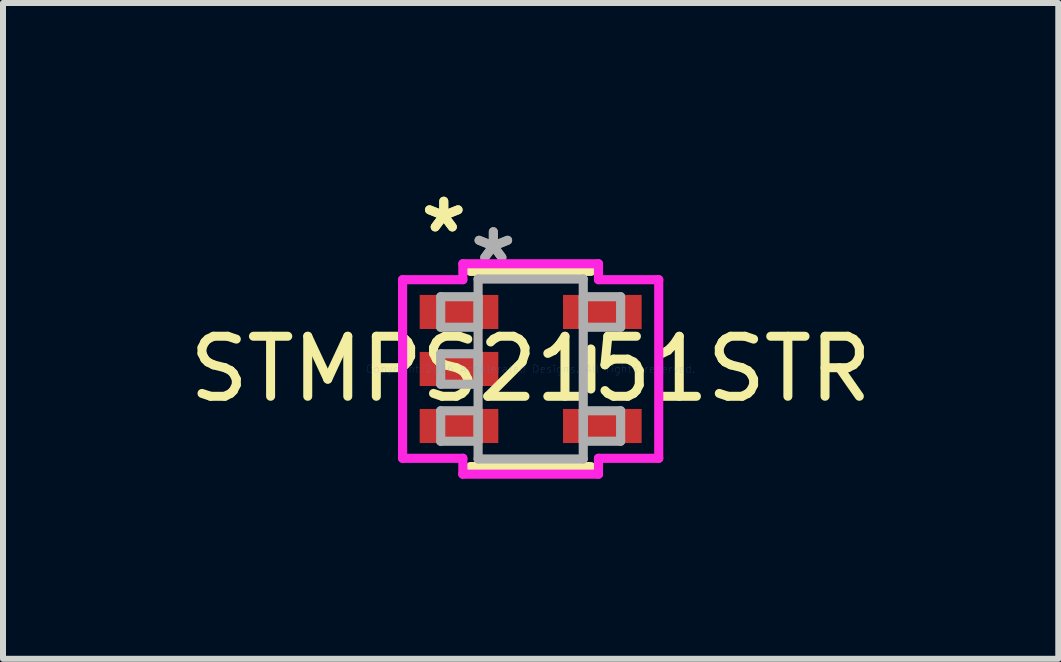
<source format=kicad_pcb>
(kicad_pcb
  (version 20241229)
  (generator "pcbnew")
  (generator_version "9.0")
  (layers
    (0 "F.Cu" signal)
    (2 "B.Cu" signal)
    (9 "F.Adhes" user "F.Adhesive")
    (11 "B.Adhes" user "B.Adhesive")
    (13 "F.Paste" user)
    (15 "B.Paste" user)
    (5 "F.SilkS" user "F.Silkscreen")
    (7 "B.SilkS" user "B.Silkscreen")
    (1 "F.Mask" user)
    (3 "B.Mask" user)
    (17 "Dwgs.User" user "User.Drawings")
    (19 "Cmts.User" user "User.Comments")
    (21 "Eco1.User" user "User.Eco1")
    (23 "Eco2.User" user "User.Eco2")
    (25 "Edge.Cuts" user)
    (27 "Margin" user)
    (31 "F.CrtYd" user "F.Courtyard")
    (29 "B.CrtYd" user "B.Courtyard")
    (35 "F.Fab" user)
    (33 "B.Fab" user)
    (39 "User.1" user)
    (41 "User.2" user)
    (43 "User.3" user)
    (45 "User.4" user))
  (footprint "STMPS2151STR"
    (layer "F.Cu")
    (at 5.792 3.098)
    (property "Reference" "STMPS2151STR" (at 0 0 0) (layer "F.SilkS") (effects (font (size 1 1) (thickness 0.15))))
    (attr through_hole)
    (fp_line (start -1.003 1.626) (end 1.003 1.626) (stroke (width 0.152) (type solid)) (layer "F.SilkS"))
    (fp_line (start 1.003 -1.626) (end -1.003 -1.626) (stroke (width 0.152) (type solid)) (layer "F.SilkS"))
    (fp_line (start 1.003 0.333) (end 1.003 -0.333) (stroke (width 0.152) (type solid)) (layer "F.SilkS"))
    (fp_line (start -2.134 -1.488) (end -1.13 -1.488) (stroke (width 0.152) (type solid)) (layer "F.CrtYd"))
    (fp_line (start -2.134 1.488) (end -2.134 -1.488) (stroke (width 0.152) (type solid)) (layer "F.CrtYd"))
    (fp_line (start -1.13 -1.753) (end 1.13 -1.753) (stroke (width 0.152) (type solid)) (layer "F.CrtYd"))
    (fp_line (start -1.13 -1.488) (end -1.13 -1.753) (stroke (width 0.152) (type solid)) (layer "F.CrtYd"))
    (fp_line (start -1.13 1.488) (end -2.134 1.488) (stroke (width 0.152) (type solid)) (layer "F.CrtYd"))
    (fp_line (start -1.13 1.753) (end -1.13 1.488) (stroke (width 0.152) (type solid)) (layer "F.CrtYd"))
    (fp_line (start 1.13 -1.753) (end 1.13 -1.488) (stroke (width 0.152) (type solid)) (layer "F.CrtYd"))
    (fp_line (start 1.13 -1.488) (end 2.134 -1.488) (stroke (width 0.152) (type solid)) (layer "F.CrtYd"))
    (fp_line (start 1.13 1.488) (end 1.13 1.753) (stroke (width 0.152) (type solid)) (layer "F.CrtYd"))
    (fp_line (start 1.13 1.753) (end -1.13 1.753) (stroke (width 0.152) (type solid)) (layer "F.CrtYd"))
    (fp_line (start 2.134 -1.488) (end 2.134 1.488) (stroke (width 0.152) (type solid)) (layer "F.CrtYd"))
    (fp_line (start 2.134 1.488) (end 1.13 1.488) (stroke (width 0.152) (type solid)) (layer "F.CrtYd"))
    (fp_line (start -1.499 -1.204) (end -1.499 -0.696) (stroke (width 0.152) (type solid)) (layer "F.Fab"))
    (fp_line (start -1.499 -0.696) (end -0.876 -0.696) (stroke (width 0.152) (type solid)) (layer "F.Fab"))
    (fp_line (start -1.499 -0.254) (end -1.499 0.254) (stroke (width 0.152) (type solid)) (layer "F.Fab"))
    (fp_line (start -1.499 0.254) (end -0.876 0.254) (stroke (width 0.152) (type solid)) (layer "F.Fab"))
    (fp_line (start -1.499 0.696) (end -1.499 1.204) (stroke (width 0.152) (type solid)) (layer "F.Fab"))
    (fp_line (start -1.499 1.204) (end -0.876 1.204) (stroke (width 0.152) (type solid)) (layer "F.Fab"))
    (fp_line (start -0.876 -1.499) (end -0.876 1.499) (stroke (width 0.152) (type solid)) (layer "F.Fab"))
    (fp_line (start -0.876 -1.204) (end -1.499 -1.204) (stroke (width 0.152) (type solid)) (layer "F.Fab"))
    (fp_line (start -0.876 -0.696) (end -0.876 -1.204) (stroke (width 0.152) (type solid)) (layer "F.Fab"))
    (fp_line (start -0.876 -0.254) (end -1.499 -0.254) (stroke (width 0.152) (type solid)) (layer "F.Fab"))
    (fp_line (start -0.876 0.254) (end -0.876 -0.254) (stroke (width 0.152) (type solid)) (layer "F.Fab"))
    (fp_line (start -0.876 0.696) (end -1.499 0.696) (stroke (width 0.152) (type solid)) (layer "F.Fab"))
    (fp_line (start -0.876 1.204) (end -0.876 0.696) (stroke (width 0.152) (type solid)) (layer "F.Fab"))
    (fp_line (start -0.876 1.499) (end 0.876 1.499) (stroke (width 0.152) (type solid)) (layer "F.Fab"))
    (fp_line (start 0.876 -1.499) (end -0.876 -1.499) (stroke (width 0.152) (type solid)) (layer "F.Fab"))
    (fp_line (start 0.876 -1.204) (end 0.876 -0.696) (stroke (width 0.152) (type solid)) (layer "F.Fab"))
    (fp_line (start 0.876 -0.696) (end 1.499 -0.696) (stroke (width 0.152) (type solid)) (layer "F.Fab"))
    (fp_line (start 0.876 0.696) (end 0.876 1.204) (stroke (width 0.152) (type solid)) (layer "F.Fab"))
    (fp_line (start 0.876 1.204) (end 1.499 1.204) (stroke (width 0.152) (type solid)) (layer "F.Fab"))
    (fp_line (start 0.876 1.499) (end 0.876 -1.499) (stroke (width 0.152) (type solid)) (layer "F.Fab"))
    (fp_line (start 1.499 -1.204) (end 0.876 -1.204) (stroke (width 0.152) (type solid)) (layer "F.Fab"))
    (fp_line (start 1.499 -0.696) (end 1.499 -1.204) (stroke (width 0.152) (type solid)) (layer "F.Fab"))
    (fp_line (start 1.499 0.696) (end 0.876 0.696) (stroke (width 0.152) (type solid)) (layer "F.Fab"))
    (fp_line (start 1.499 1.204) (end 1.499 0.696) (stroke (width 0.152) (type solid)) (layer "F.Fab"))
    (fp_text user "*" (at -1.448 -2.25 0) (layer "F.SilkS") (effects (font (size 1 1) (thickness 0.15))))
    (fp_text user "*" (at -1.448 -2.25 0) (layer "F.SilkS") (effects (font (size 1 1) (thickness 0.15))))
    (fp_text user "Copyright 2016 Accelerated Designs. All rights reserved." (at 0 0 0) (layer "Cmts.User") (effects (font (size 0.127 0.127) (thickness 0.002))))
    (fp_text user "*" (at -0.622 -1.742 0) (layer "F.Fab") (effects (font (size 1 1) (thickness 0.15))))
    (fp_text user "*" (at -0.622 -1.742 0) (layer "F.Fab") (effects (font (size 1 1) (thickness 0.15))))
    (pad "1" smd rect (at -1.194 -0.95) (size 1.31 0.568) (layers "F.Cu" "F.Mask" "F.Paste"))
    (pad "2" smd rect (at -1.194 0) (size 1.31 0.568) (layers "F.Cu" "F.Mask" "F.Paste"))
    (pad "3" smd rect (at -1.194 0.95) (size 1.31 0.568) (layers "F.Cu" "F.Mask" "F.Paste"))
    (pad "4" smd rect (at 1.194 0.95) (size 1.31 0.568) (layers "F.Cu" "F.Mask" "F.Paste"))
    (pad "5" smd rect (at 1.194 -0.95) (size 1.31 0.568) (layers "F.Cu" "F.Mask" "F.Paste")))
  (gr_rect
    (start -3 -3)
    (end 14.583 7.927)
    (stroke (width 0.1) (type default))
    (fill no)
    (layer "Edge.Cuts")))
</source>
